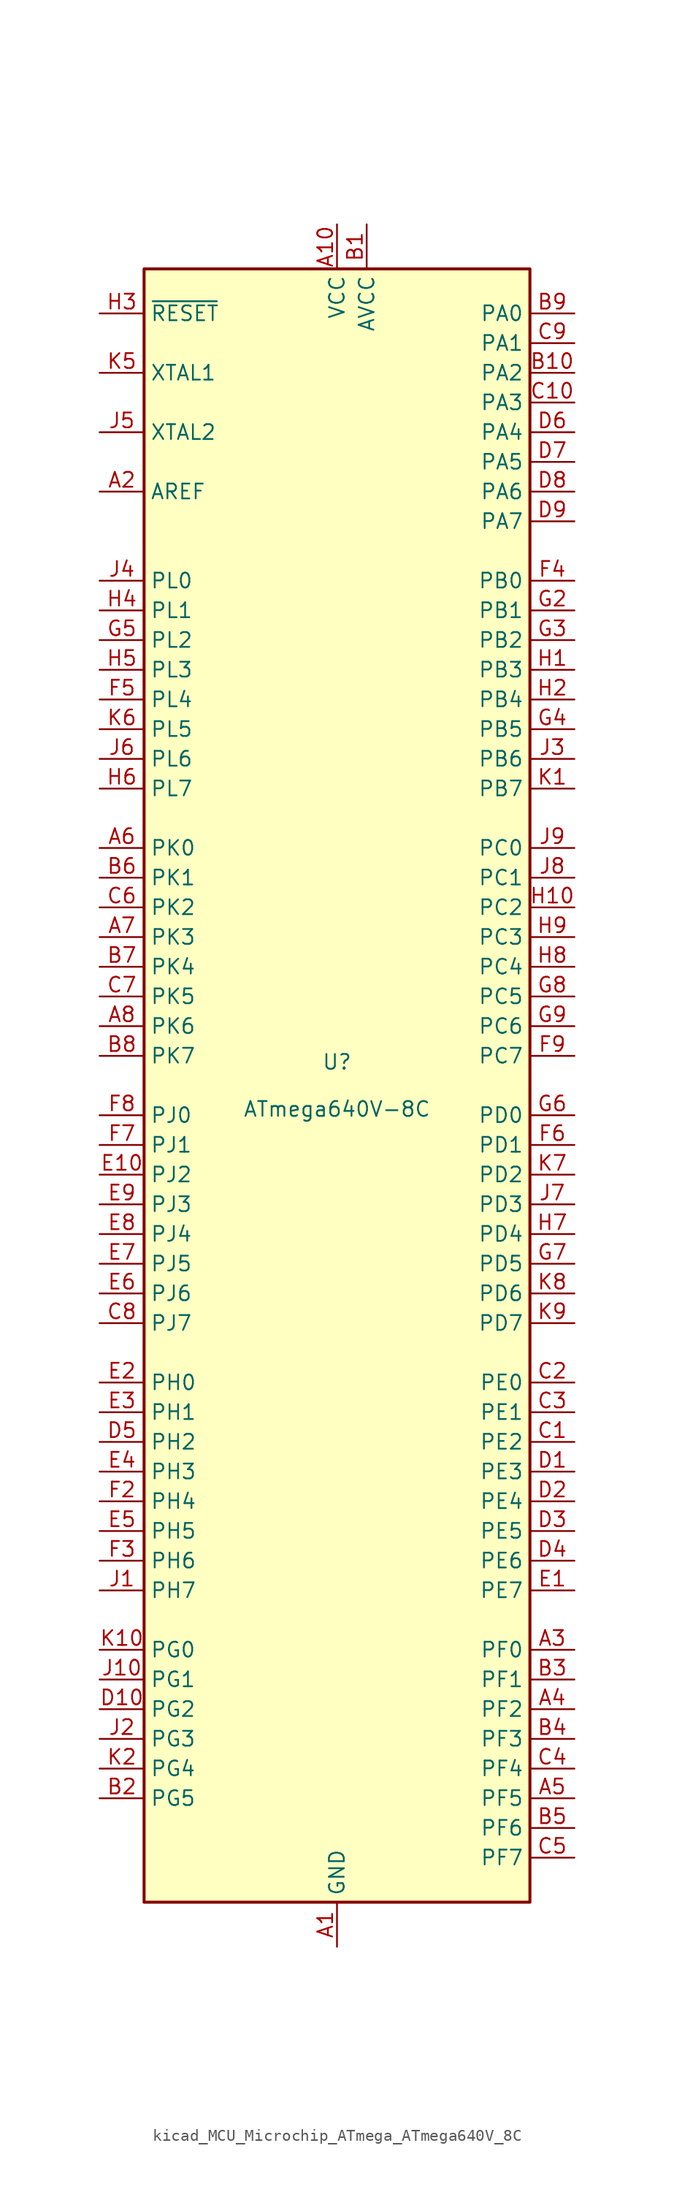
<source format=kicad_sym>
(kicad_symbol_lib
  (version 20220914)
  (generator kicad_symbol_editor)
  (symbol "kicad_MCU_Microchip_ATmega_ATmega640V_8C"
    (property "Reference" "U"
      (at 0 1.27 0)
      (effects (font (size 1.27 1.27)) (justify bottom)))
    (property "Value" "ATmega640V-8C"
      (at 0 -1.27 0)
      (effects (font (size 1.27 1.27)) (justify top)))
    (symbol "kicad_MCU_Microchip_ATmega_ATmega640V_8C_0_1"
      (rectangle (start -16.51 -69.85) (end 16.51 69.85) (stroke (width 0.254) (type default)) (fill (type background))))
    (symbol "kicad_MCU_Microchip_ATmega_ATmega640V_8C_1_1"
      (pin power_in line (at 0 -73.66 90) (length 3.81) (name "GND" (effects (font (size 1.27 1.27)))) (number "A1" (effects (font (size 1.27 1.27)))))
      (pin power_in line (at 0 73.66 270) (length 3.81) (name "VCC" (effects (font (size 1.27 1.27)))) (number "A10" (effects (font (size 1.27 1.27)))))
      (pin passive line (at -20.32 50.8 0) (length 3.81) (name "AREF" (effects (font (size 1.27 1.27)))) (number "A2" (effects (font (size 1.27 1.27)))))
      (pin bidirectional line (at 20.32 -48.26 180) (length 3.81) (name "PF0" (effects (font (size 1.27 1.27)))) (number "A3" (effects (font (size 1.27 1.27)))))
      (pin bidirectional line (at 20.32 -53.34 180) (length 3.81) (name "PF2" (effects (font (size 1.27 1.27)))) (number "A4" (effects (font (size 1.27 1.27)))))
      (pin bidirectional line (at 20.32 -60.96 180) (length 3.81) (name "PF5" (effects (font (size 1.27 1.27)))) (number "A5" (effects (font (size 1.27 1.27)))))
      (pin bidirectional line (at -20.32 20.32 0) (length 3.81) (name "PK0" (effects (font (size 1.27 1.27)))) (number "A6" (effects (font (size 1.27 1.27)))))
      (pin bidirectional line (at -20.32 12.7 0) (length 3.81) (name "PK3" (effects (font (size 1.27 1.27)))) (number "A7" (effects (font (size 1.27 1.27)))))
      (pin bidirectional line (at -20.32 5.08 0) (length 3.81) (name "PK6" (effects (font (size 1.27 1.27)))) (number "A8" (effects (font (size 1.27 1.27)))))
      (pin passive line (at 0 -73.66 90) (length 3.81) hide (name "GND" (effects (font (size 1.27 1.27)))) (number "A9" (effects (font (size 1.27 1.27)))))
      (pin power_in line (at 2.54 73.66 270) (length 3.81) (name "AVCC" (effects (font (size 1.27 1.27)))) (number "B1" (effects (font (size 1.27 1.27)))))
      (pin bidirectional line (at 20.32 60.96 180) (length 3.81) (name "PA2" (effects (font (size 1.27 1.27)))) (number "B10" (effects (font (size 1.27 1.27)))))
      (pin bidirectional line (at -20.32 -60.96 0) (length 3.81) (name "PG5" (effects (font (size 1.27 1.27)))) (number "B2" (effects (font (size 1.27 1.27)))))
      (pin bidirectional line (at 20.32 -50.8 180) (length 3.81) (name "PF1" (effects (font (size 1.27 1.27)))) (number "B3" (effects (font (size 1.27 1.27)))))
      (pin bidirectional line (at 20.32 -55.88 180) (length 3.81) (name "PF3" (effects (font (size 1.27 1.27)))) (number "B4" (effects (font (size 1.27 1.27)))))
      (pin bidirectional line (at 20.32 -63.5 180) (length 3.81) (name "PF6" (effects (font (size 1.27 1.27)))) (number "B5" (effects (font (size 1.27 1.27)))))
      (pin bidirectional line (at -20.32 17.78 0) (length 3.81) (name "PK1" (effects (font (size 1.27 1.27)))) (number "B6" (effects (font (size 1.27 1.27)))))
      (pin bidirectional line (at -20.32 10.16 0) (length 3.81) (name "PK4" (effects (font (size 1.27 1.27)))) (number "B7" (effects (font (size 1.27 1.27)))))
      (pin bidirectional line (at -20.32 2.54 0) (length 3.81) (name "PK7" (effects (font (size 1.27 1.27)))) (number "B8" (effects (font (size 1.27 1.27)))))
      (pin bidirectional line (at 20.32 66.04 180) (length 3.81) (name "PA0" (effects (font (size 1.27 1.27)))) (number "B9" (effects (font (size 1.27 1.27)))))
      (pin bidirectional line (at 20.32 -30.48 180) (length 3.81) (name "PE2" (effects (font (size 1.27 1.27)))) (number "C1" (effects (font (size 1.27 1.27)))))
      (pin bidirectional line (at 20.32 58.42 180) (length 3.81) (name "PA3" (effects (font (size 1.27 1.27)))) (number "C10" (effects (font (size 1.27 1.27)))))
      (pin bidirectional line (at 20.32 -25.4 180) (length 3.81) (name "PE0" (effects (font (size 1.27 1.27)))) (number "C2" (effects (font (size 1.27 1.27)))))
      (pin bidirectional line (at 20.32 -27.94 180) (length 3.81) (name "PE1" (effects (font (size 1.27 1.27)))) (number "C3" (effects (font (size 1.27 1.27)))))
      (pin bidirectional line (at 20.32 -58.42 180) (length 3.81) (name "PF4" (effects (font (size 1.27 1.27)))) (number "C4" (effects (font (size 1.27 1.27)))))
      (pin bidirectional line (at 20.32 -66.04 180) (length 3.81) (name "PF7" (effects (font (size 1.27 1.27)))) (number "C5" (effects (font (size 1.27 1.27)))))
      (pin bidirectional line (at -20.32 15.24 0) (length 3.81) (name "PK2" (effects (font (size 1.27 1.27)))) (number "C6" (effects (font (size 1.27 1.27)))))
      (pin bidirectional line (at -20.32 7.62 0) (length 3.81) (name "PK5" (effects (font (size 1.27 1.27)))) (number "C7" (effects (font (size 1.27 1.27)))))
      (pin bidirectional line (at -20.32 -20.32 0) (length 3.81) (name "PJ7" (effects (font (size 1.27 1.27)))) (number "C8" (effects (font (size 1.27 1.27)))))
      (pin bidirectional line (at 20.32 63.5 180) (length 3.81) (name "PA1" (effects (font (size 1.27 1.27)))) (number "C9" (effects (font (size 1.27 1.27)))))
      (pin bidirectional line (at 20.32 -33.02 180) (length 3.81) (name "PE3" (effects (font (size 1.27 1.27)))) (number "D1" (effects (font (size 1.27 1.27)))))
      (pin bidirectional line (at -20.32 -53.34 0) (length 3.81) (name "PG2" (effects (font (size 1.27 1.27)))) (number "D10" (effects (font (size 1.27 1.27)))))
      (pin bidirectional line (at 20.32 -35.56 180) (length 3.81) (name "PE4" (effects (font (size 1.27 1.27)))) (number "D2" (effects (font (size 1.27 1.27)))))
      (pin bidirectional line (at 20.32 -38.1 180) (length 3.81) (name "PE5" (effects (font (size 1.27 1.27)))) (number "D3" (effects (font (size 1.27 1.27)))))
      (pin bidirectional line (at 20.32 -40.64 180) (length 3.81) (name "PE6" (effects (font (size 1.27 1.27)))) (number "D4" (effects (font (size 1.27 1.27)))))
      (pin bidirectional line (at -20.32 -30.48 0) (length 3.81) (name "PH2" (effects (font (size 1.27 1.27)))) (number "D5" (effects (font (size 1.27 1.27)))))
      (pin bidirectional line (at 20.32 55.88 180) (length 3.81) (name "PA4" (effects (font (size 1.27 1.27)))) (number "D6" (effects (font (size 1.27 1.27)))))
      (pin bidirectional line (at 20.32 53.34 180) (length 3.81) (name "PA5" (effects (font (size 1.27 1.27)))) (number "D7" (effects (font (size 1.27 1.27)))))
      (pin bidirectional line (at 20.32 50.8 180) (length 3.81) (name "PA6" (effects (font (size 1.27 1.27)))) (number "D8" (effects (font (size 1.27 1.27)))))
      (pin bidirectional line (at 20.32 48.26 180) (length 3.81) (name "PA7" (effects (font (size 1.27 1.27)))) (number "D9" (effects (font (size 1.27 1.27)))))
      (pin bidirectional line (at 20.32 -43.18 180) (length 3.81) (name "PE7" (effects (font (size 1.27 1.27)))) (number "E1" (effects (font (size 1.27 1.27)))))
      (pin bidirectional line (at -20.32 -7.62 0) (length 3.81) (name "PJ2" (effects (font (size 1.27 1.27)))) (number "E10" (effects (font (size 1.27 1.27)))))
      (pin bidirectional line (at -20.32 -25.4 0) (length 3.81) (name "PH0" (effects (font (size 1.27 1.27)))) (number "E2" (effects (font (size 1.27 1.27)))))
      (pin bidirectional line (at -20.32 -27.94 0) (length 3.81) (name "PH1" (effects (font (size 1.27 1.27)))) (number "E3" (effects (font (size 1.27 1.27)))))
      (pin bidirectional line (at -20.32 -33.02 0) (length 3.81) (name "PH3" (effects (font (size 1.27 1.27)))) (number "E4" (effects (font (size 1.27 1.27)))))
      (pin bidirectional line (at -20.32 -38.1 0) (length 3.81) (name "PH5" (effects (font (size 1.27 1.27)))) (number "E5" (effects (font (size 1.27 1.27)))))
      (pin bidirectional line (at -20.32 -17.78 0) (length 3.81) (name "PJ6" (effects (font (size 1.27 1.27)))) (number "E6" (effects (font (size 1.27 1.27)))))
      (pin bidirectional line (at -20.32 -15.24 0) (length 3.81) (name "PJ5" (effects (font (size 1.27 1.27)))) (number "E7" (effects (font (size 1.27 1.27)))))
      (pin bidirectional line (at -20.32 -12.7 0) (length 3.81) (name "PJ4" (effects (font (size 1.27 1.27)))) (number "E8" (effects (font (size 1.27 1.27)))))
      (pin bidirectional line (at -20.32 -10.16 0) (length 3.81) (name "PJ3" (effects (font (size 1.27 1.27)))) (number "E9" (effects (font (size 1.27 1.27)))))
      (pin passive line (at 0 73.66 270) (length 3.81) hide (name "VCC" (effects (font (size 1.27 1.27)))) (number "F1" (effects (font (size 1.27 1.27)))))
      (pin passive line (at 0 -73.66 90) (length 3.81) hide (name "GND" (effects (font (size 1.27 1.27)))) (number "F10" (effects (font (size 1.27 1.27)))))
      (pin bidirectional line (at -20.32 -35.56 0) (length 3.81) (name "PH4" (effects (font (size 1.27 1.27)))) (number "F2" (effects (font (size 1.27 1.27)))))
      (pin bidirectional line (at -20.32 -40.64 0) (length 3.81) (name "PH6" (effects (font (size 1.27 1.27)))) (number "F3" (effects (font (size 1.27 1.27)))))
      (pin bidirectional line (at 20.32 43.18 180) (length 3.81) (name "PB0" (effects (font (size 1.27 1.27)))) (number "F4" (effects (font (size 1.27 1.27)))))
      (pin bidirectional line (at -20.32 33.02 0) (length 3.81) (name "PL4" (effects (font (size 1.27 1.27)))) (number "F5" (effects (font (size 1.27 1.27)))))
      (pin bidirectional line (at 20.32 -5.08 180) (length 3.81) (name "PD1" (effects (font (size 1.27 1.27)))) (number "F6" (effects (font (size 1.27 1.27)))))
      (pin bidirectional line (at -20.32 -5.08 0) (length 3.81) (name "PJ1" (effects (font (size 1.27 1.27)))) (number "F7" (effects (font (size 1.27 1.27)))))
      (pin bidirectional line (at -20.32 -2.54 0) (length 3.81) (name "PJ0" (effects (font (size 1.27 1.27)))) (number "F8" (effects (font (size 1.27 1.27)))))
      (pin bidirectional line (at 20.32 2.54 180) (length 3.81) (name "PC7" (effects (font (size 1.27 1.27)))) (number "F9" (effects (font (size 1.27 1.27)))))
      (pin passive line (at 0 -73.66 90) (length 3.81) hide (name "GND" (effects (font (size 1.27 1.27)))) (number "G1" (effects (font (size 1.27 1.27)))))
      (pin passive line (at 0 73.66 270) (length 3.81) hide (name "VCC" (effects (font (size 1.27 1.27)))) (number "G10" (effects (font (size 1.27 1.27)))))
      (pin bidirectional line (at 20.32 40.64 180) (length 3.81) (name "PB1" (effects (font (size 1.27 1.27)))) (number "G2" (effects (font (size 1.27 1.27)))))
      (pin bidirectional line (at 20.32 38.1 180) (length 3.81) (name "PB2" (effects (font (size 1.27 1.27)))) (number "G3" (effects (font (size 1.27 1.27)))))
      (pin bidirectional line (at 20.32 30.48 180) (length 3.81) (name "PB5" (effects (font (size 1.27 1.27)))) (number "G4" (effects (font (size 1.27 1.27)))))
      (pin bidirectional line (at -20.32 38.1 0) (length 3.81) (name "PL2" (effects (font (size 1.27 1.27)))) (number "G5" (effects (font (size 1.27 1.27)))))
      (pin bidirectional line (at 20.32 -2.54 180) (length 3.81) (name "PD0" (effects (font (size 1.27 1.27)))) (number "G6" (effects (font (size 1.27 1.27)))))
      (pin bidirectional line (at 20.32 -15.24 180) (length 3.81) (name "PD5" (effects (font (size 1.27 1.27)))) (number "G7" (effects (font (size 1.27 1.27)))))
      (pin bidirectional line (at 20.32 7.62 180) (length 3.81) (name "PC5" (effects (font (size 1.27 1.27)))) (number "G8" (effects (font (size 1.27 1.27)))))
      (pin bidirectional line (at 20.32 5.08 180) (length 3.81) (name "PC6" (effects (font (size 1.27 1.27)))) (number "G9" (effects (font (size 1.27 1.27)))))
      (pin bidirectional line (at 20.32 35.56 180) (length 3.81) (name "PB3" (effects (font (size 1.27 1.27)))) (number "H1" (effects (font (size 1.27 1.27)))))
      (pin bidirectional line (at 20.32 15.24 180) (length 3.81) (name "PC2" (effects (font (size 1.27 1.27)))) (number "H10" (effects (font (size 1.27 1.27)))))
      (pin bidirectional line (at 20.32 33.02 180) (length 3.81) (name "PB4" (effects (font (size 1.27 1.27)))) (number "H2" (effects (font (size 1.27 1.27)))))
      (pin input line (at -20.32 66.04 0) (length 3.81) (name "~{RESET}" (effects (font (size 1.27 1.27)))) (number "H3" (effects (font (size 1.27 1.27)))))
      (pin bidirectional line (at -20.32 40.64 0) (length 3.81) (name "PL1" (effects (font (size 1.27 1.27)))) (number "H4" (effects (font (size 1.27 1.27)))))
      (pin bidirectional line (at -20.32 35.56 0) (length 3.81) (name "PL3" (effects (font (size 1.27 1.27)))) (number "H5" (effects (font (size 1.27 1.27)))))
      (pin bidirectional line (at -20.32 25.4 0) (length 3.81) (name "PL7" (effects (font (size 1.27 1.27)))) (number "H6" (effects (font (size 1.27 1.27)))))
      (pin bidirectional line (at 20.32 -12.7 180) (length 3.81) (name "PD4" (effects (font (size 1.27 1.27)))) (number "H7" (effects (font (size 1.27 1.27)))))
      (pin bidirectional line (at 20.32 10.16 180) (length 3.81) (name "PC4" (effects (font (size 1.27 1.27)))) (number "H8" (effects (font (size 1.27 1.27)))))
      (pin bidirectional line (at 20.32 12.7 180) (length 3.81) (name "PC3" (effects (font (size 1.27 1.27)))) (number "H9" (effects (font (size 1.27 1.27)))))
      (pin bidirectional line (at -20.32 -43.18 0) (length 3.81) (name "PH7" (effects (font (size 1.27 1.27)))) (number "J1" (effects (font (size 1.27 1.27)))))
      (pin bidirectional line (at -20.32 -50.8 0) (length 3.81) (name "PG1" (effects (font (size 1.27 1.27)))) (number "J10" (effects (font (size 1.27 1.27)))))
      (pin bidirectional line (at -20.32 -55.88 0) (length 3.81) (name "PG3" (effects (font (size 1.27 1.27)))) (number "J2" (effects (font (size 1.27 1.27)))))
      (pin bidirectional line (at 20.32 27.94 180) (length 3.81) (name "PB6" (effects (font (size 1.27 1.27)))) (number "J3" (effects (font (size 1.27 1.27)))))
      (pin bidirectional line (at -20.32 43.18 0) (length 3.81) (name "PL0" (effects (font (size 1.27 1.27)))) (number "J4" (effects (font (size 1.27 1.27)))))
      (pin output line (at -20.32 55.88 0) (length 3.81) (name "XTAL2" (effects (font (size 1.27 1.27)))) (number "J5" (effects (font (size 1.27 1.27)))))
      (pin bidirectional line (at -20.32 27.94 0) (length 3.81) (name "PL6" (effects (font (size 1.27 1.27)))) (number "J6" (effects (font (size 1.27 1.27)))))
      (pin bidirectional line (at 20.32 -10.16 180) (length 3.81) (name "PD3" (effects (font (size 1.27 1.27)))) (number "J7" (effects (font (size 1.27 1.27)))))
      (pin bidirectional line (at 20.32 17.78 180) (length 3.81) (name "PC1" (effects (font (size 1.27 1.27)))) (number "J8" (effects (font (size 1.27 1.27)))))
      (pin bidirectional line (at 20.32 20.32 180) (length 3.81) (name "PC0" (effects (font (size 1.27 1.27)))) (number "J9" (effects (font (size 1.27 1.27)))))
      (pin bidirectional line (at 20.32 25.4 180) (length 3.81) (name "PB7" (effects (font (size 1.27 1.27)))) (number "K1" (effects (font (size 1.27 1.27)))))
      (pin bidirectional line (at -20.32 -48.26 0) (length 3.81) (name "PG0" (effects (font (size 1.27 1.27)))) (number "K10" (effects (font (size 1.27 1.27)))))
      (pin bidirectional line (at -20.32 -58.42 0) (length 3.81) (name "PG4" (effects (font (size 1.27 1.27)))) (number "K2" (effects (font (size 1.27 1.27)))))
      (pin passive line (at 0 73.66 270) (length 3.81) hide (name "VCC" (effects (font (size 1.27 1.27)))) (number "K3" (effects (font (size 1.27 1.27)))))
      (pin passive line (at 0 -73.66 90) (length 3.81) hide (name "GND" (effects (font (size 1.27 1.27)))) (number "K4" (effects (font (size 1.27 1.27)))))
      (pin input line (at -20.32 60.96 0) (length 3.81) (name "XTAL1" (effects (font (size 1.27 1.27)))) (number "K5" (effects (font (size 1.27 1.27)))))
      (pin bidirectional line (at -20.32 30.48 0) (length 3.81) (name "PL5" (effects (font (size 1.27 1.27)))) (number "K6" (effects (font (size 1.27 1.27)))))
      (pin bidirectional line (at 20.32 -7.62 180) (length 3.81) (name "PD2" (effects (font (size 1.27 1.27)))) (number "K7" (effects (font (size 1.27 1.27)))))
      (pin bidirectional line (at 20.32 -17.78 180) (length 3.81) (name "PD6" (effects (font (size 1.27 1.27)))) (number "K8" (effects (font (size 1.27 1.27)))))
      (pin bidirectional line (at 20.32 -20.32 180) (length 3.81) (name "PD7" (effects (font (size 1.27 1.27)))) (number "K9" (effects (font (size 1.27 1.27))))))))
</source>
